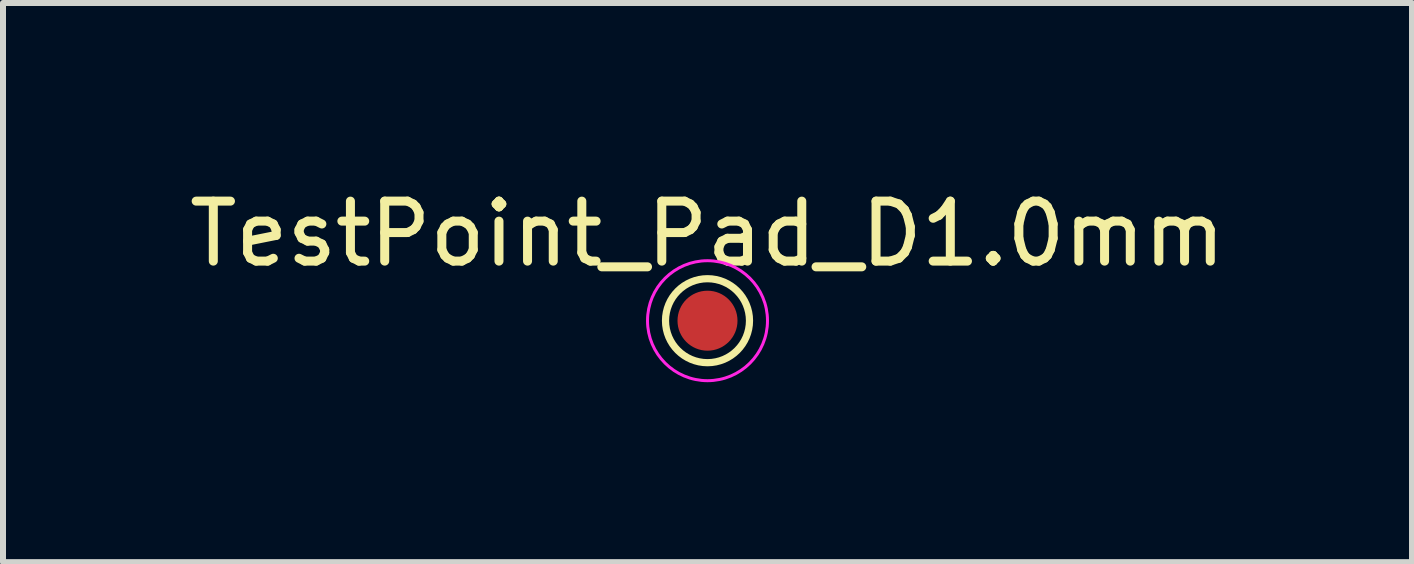
<source format=kicad_pcb>
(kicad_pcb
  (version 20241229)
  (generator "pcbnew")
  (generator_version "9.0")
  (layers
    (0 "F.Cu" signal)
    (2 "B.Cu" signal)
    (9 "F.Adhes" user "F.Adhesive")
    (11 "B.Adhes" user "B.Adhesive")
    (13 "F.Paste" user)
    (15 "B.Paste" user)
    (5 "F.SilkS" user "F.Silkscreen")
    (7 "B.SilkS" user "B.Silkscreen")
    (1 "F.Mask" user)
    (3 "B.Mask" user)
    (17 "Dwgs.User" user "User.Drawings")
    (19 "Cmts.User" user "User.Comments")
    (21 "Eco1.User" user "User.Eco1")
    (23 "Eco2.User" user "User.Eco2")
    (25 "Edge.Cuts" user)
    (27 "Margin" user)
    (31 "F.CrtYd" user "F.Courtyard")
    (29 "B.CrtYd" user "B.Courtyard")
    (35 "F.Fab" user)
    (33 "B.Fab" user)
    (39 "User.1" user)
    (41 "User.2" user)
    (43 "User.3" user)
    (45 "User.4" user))
  (footprint "TestPoint_Pad_D1.0mm"
    (layer "F.Cu")
    (at 8.744 2.296)
    (property "Reference" "TestPoint_Pad_D1.0mm" (at 0 -1.448 0) (layer "F.SilkS") (effects (font (size 1 1) (thickness 0.15))))
    (attr exclude_from_pos_files exclude_from_bom)
    (fp_circle (center 0 0) (end 0 0.7) (stroke (width 0.12) (type solid)) (fill no) (layer "F.SilkS"))
    (fp_circle (center 0 0) (end 1 0) (stroke (width 0.05) (type solid)) (fill no) (layer "F.CrtYd"))
    (pad "1" smd circle (at 0 0) (size 1 1) (layers "F.Cu" "F.Mask")))
  (gr_rect
    (start -3 -3)
    (end 20.488 6.321)
    (stroke (width 0.1) (type default))
    (fill no)
    (layer "Edge.Cuts")))
</source>
